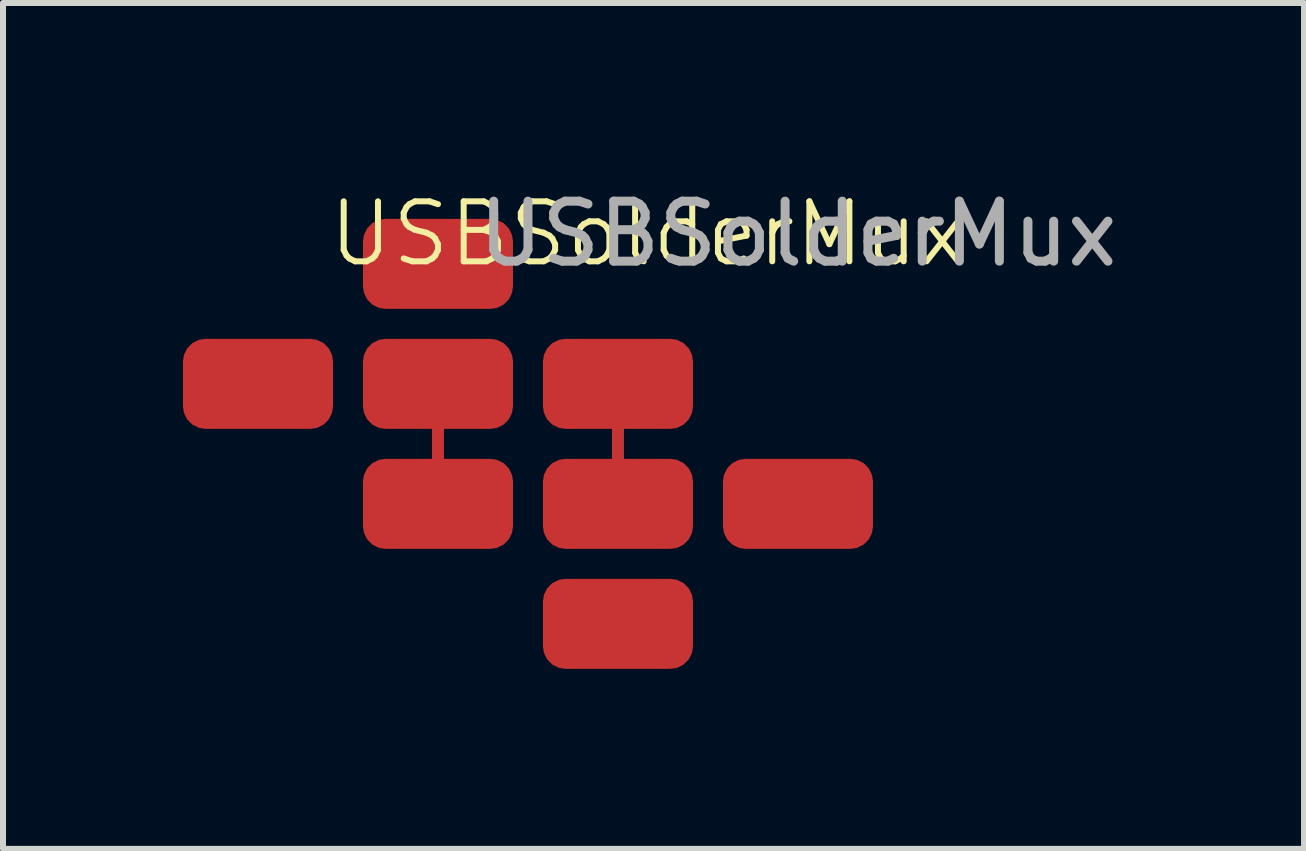
<source format=kicad_pcb>
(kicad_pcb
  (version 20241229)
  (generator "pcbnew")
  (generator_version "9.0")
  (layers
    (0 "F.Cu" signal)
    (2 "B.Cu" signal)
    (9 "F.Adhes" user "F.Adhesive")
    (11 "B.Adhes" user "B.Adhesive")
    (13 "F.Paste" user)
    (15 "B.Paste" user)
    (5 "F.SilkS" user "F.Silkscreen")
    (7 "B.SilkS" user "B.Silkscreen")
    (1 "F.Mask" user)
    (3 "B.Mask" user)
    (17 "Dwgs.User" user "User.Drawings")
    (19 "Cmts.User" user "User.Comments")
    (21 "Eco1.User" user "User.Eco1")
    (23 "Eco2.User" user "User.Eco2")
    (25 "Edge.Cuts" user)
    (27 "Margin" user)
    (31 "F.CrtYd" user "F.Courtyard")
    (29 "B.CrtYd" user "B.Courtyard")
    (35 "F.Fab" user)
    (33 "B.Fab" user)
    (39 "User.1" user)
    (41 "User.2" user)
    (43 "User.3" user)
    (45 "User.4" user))
  (footprint "USBSolderMux"
    (layer "F.Cu")
    (at 4.25 4.348)
    (property "Reference" "USBSolderMux" (at 3.5 -3.5 0) (unlocked yes) (layer "F.SilkS") (effects (font (size 1 1) (thickness 0.1))))
    (attr smd)
    (fp_line (start 0 -1) (end 0 1) (stroke (width 0.2) (type default)) (layer "F.Cu"))
    (fp_line (start 3 1) (end 3 -1) (stroke (width 0.2) (type default)) (layer "F.Cu"))
    (fp_rect (start -3.5 -1.5) (end 3.5 -0.5) (stroke (width 0.1) (type solid)) (fill yes) (layer "F.Mask"))
    (fp_rect (start -0.5 -3.5) (end 0.5 -0.5) (stroke (width 0.1) (type solid)) (fill yes) (layer "F.Mask"))
    (fp_rect (start -0.5 0.5) (end 6.5 1.5) (stroke (width 0.1) (type solid)) (fill yes) (layer "F.Mask"))
    (fp_rect (start 2.5 0.5) (end 3.5 3.5) (stroke (width 0.1) (type solid)) (fill yes) (layer "F.Mask"))
    (fp_text user "${REFERENCE}" (at 6 -3.5 0) (unlocked yes) (layer "F.Fab") (effects (font (size 1 1) (thickness 0.15))))
    (pad "1" smd roundrect (at 0 1) (size 2.5 1.5) (layers "F.Cu" "F.Mask" "F.Paste") (roundrect_rratio 0.25))
    (pad "2" smd roundrect (at 3 -1) (size 2.5 1.5) (layers "F.Cu" "F.Mask" "F.Paste") (roundrect_rratio 0.25))
    (pad "3" smd roundrect (at 0 -3) (size 2.5 1.5) (layers "F.Cu" "F.Mask" "F.Paste") (roundrect_rratio 0.25))
    (pad "3" smd roundrect (at 6 1) (size 2.5 1.5) (layers "F.Cu" "F.Mask" "F.Paste") (roundrect_rratio 0.25))
    (pad "4" smd roundrect (at -3 -1) (size 2.5 1.5) (layers "F.Cu" "F.Mask" "F.Paste") (roundrect_rratio 0.25))
    (pad "4" smd roundrect (at 3 3) (size 2.5 1.5) (layers "F.Cu" "F.Mask" "F.Paste") (roundrect_rratio 0.25))
    (pad "5" smd roundrect (at 0 -1) (size 2.5 1.5) (layers "F.Cu" "F.Mask" "F.Paste") (roundrect_rratio 0.25))
    (pad "6" smd roundrect (at 3 1) (size 2.5 1.5) (layers "F.Cu" "F.Mask" "F.Paste") (roundrect_rratio 0.25)))
  (gr_rect
    (start -3 -3)
    (end 18.685 11.098)
    (stroke (width 0.1) (type default))
    (fill no)
    (layer "Edge.Cuts")))
</source>
